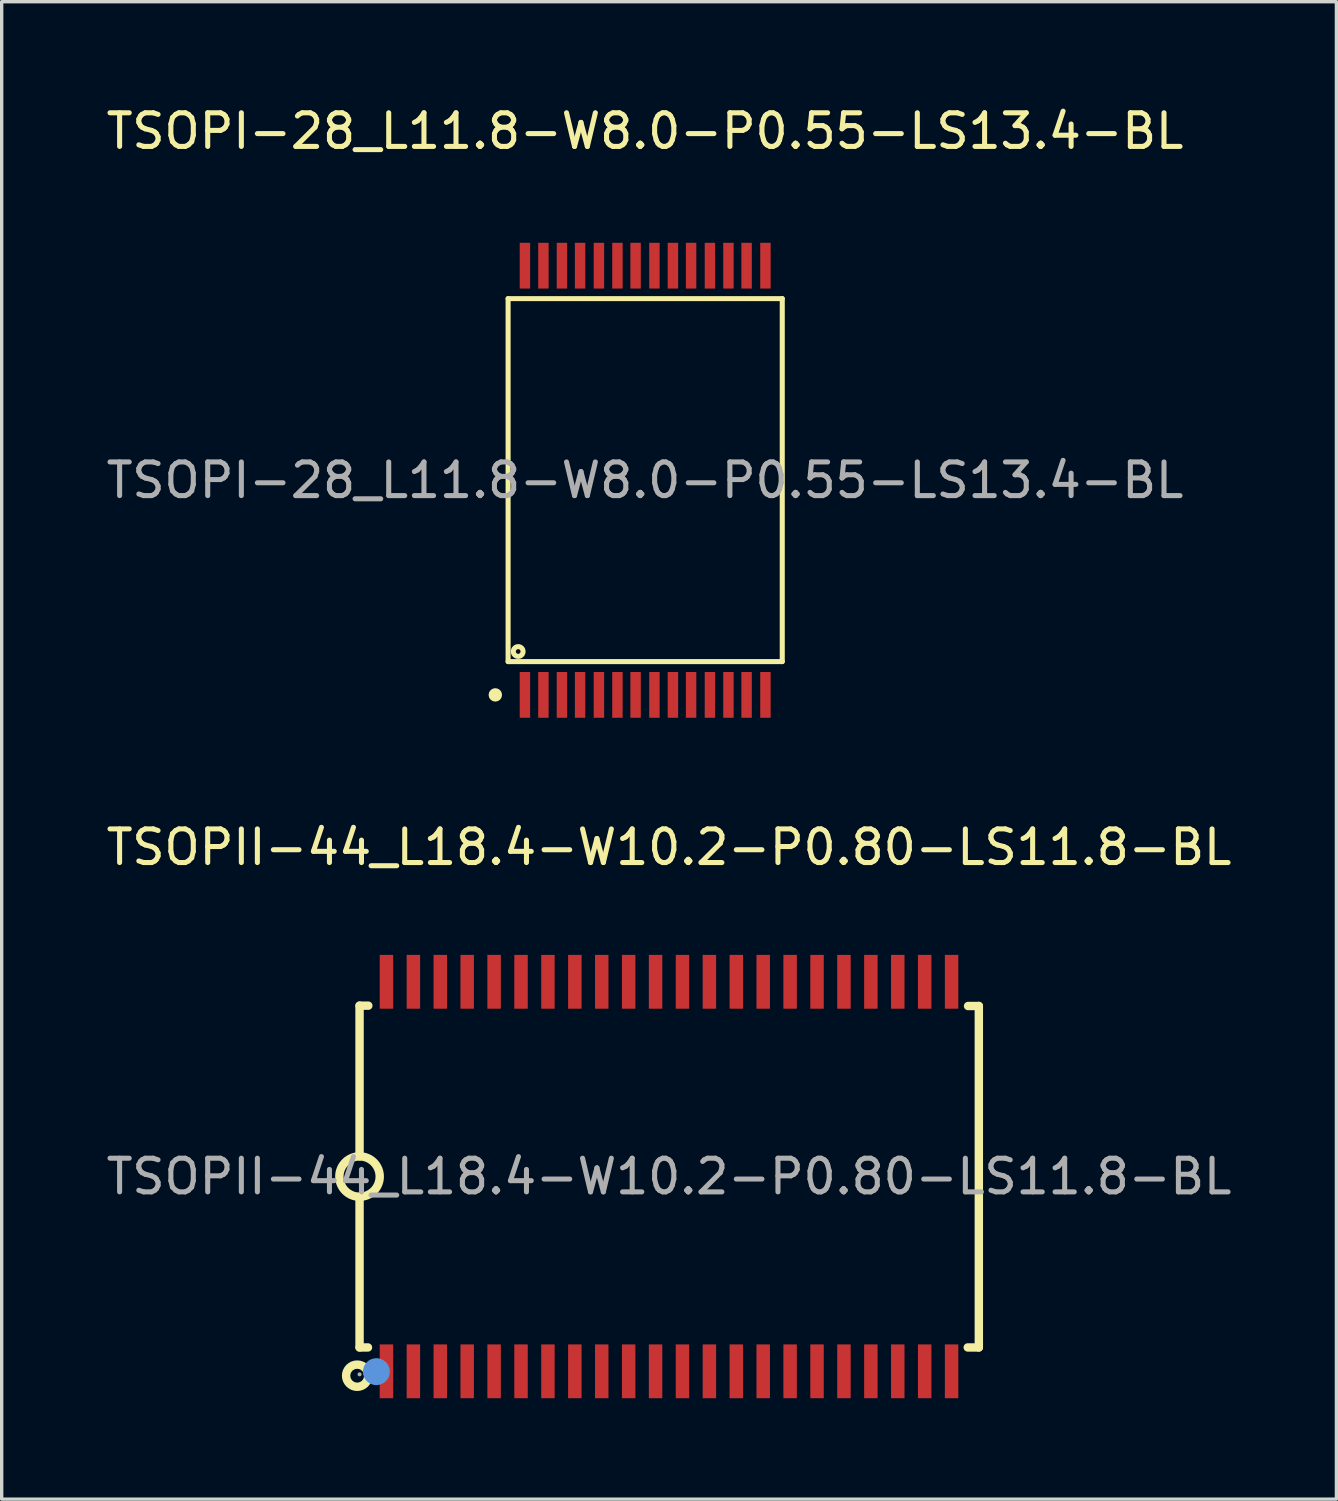
<source format=kicad_pcb>
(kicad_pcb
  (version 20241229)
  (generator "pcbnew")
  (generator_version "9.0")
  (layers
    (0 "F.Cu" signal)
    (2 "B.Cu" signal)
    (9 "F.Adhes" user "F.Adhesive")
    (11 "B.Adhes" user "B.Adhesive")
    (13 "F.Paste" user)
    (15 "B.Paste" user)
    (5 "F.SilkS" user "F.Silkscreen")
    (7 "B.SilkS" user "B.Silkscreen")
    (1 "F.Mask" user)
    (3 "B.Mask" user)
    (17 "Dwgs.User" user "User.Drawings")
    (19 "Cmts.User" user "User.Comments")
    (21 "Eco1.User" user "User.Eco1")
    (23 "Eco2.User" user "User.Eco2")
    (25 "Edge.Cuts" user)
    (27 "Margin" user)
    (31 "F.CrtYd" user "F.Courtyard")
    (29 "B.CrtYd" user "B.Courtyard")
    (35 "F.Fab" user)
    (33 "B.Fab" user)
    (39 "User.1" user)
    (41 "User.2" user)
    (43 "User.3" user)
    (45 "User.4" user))
  (footprint "TSOPII-44_L18.4-W10.2-P0.80-LS11.8-BL"
    (layer "F.Cu")
    (at 16.839 31.927)
    (property "Reference" "TSOPII-44_L18.4-W10.2-P0.80-LS11.8-BL" (at 0 -9.79 0) (layer "F.SilkS") (effects (font (size 1 1) (thickness 0.15))))
    (attr smd)
    (fp_line (start -9.2 -5.08) (end -9.2 -0.6) (stroke (width 0.25) (type solid)) (layer "F.SilkS"))
    (fp_line (start -9.2 5.08) (end -9.2 0.6) (stroke (width 0.25) (type solid)) (layer "F.SilkS"))
    (fp_line (start -8.95 5.08) (end -9.2 5.08) (stroke (width 0.25) (type solid)) (layer "F.SilkS"))
    (fp_line (start -8.94 -5.08) (end -9.2 -5.08) (stroke (width 0.25) (type solid)) (layer "F.SilkS"))
    (fp_line (start 8.89 -5.07) (end 9.21 -5.07) (stroke (width 0.25) (type solid)) (layer "F.SilkS"))
    (fp_line (start 9.21 -5.07) (end 9.21 5.08) (stroke (width 0.25) (type solid)) (layer "F.SilkS"))
    (fp_line (start 9.21 5.08) (end 8.88 5.08) (stroke (width 0.25) (type solid)) (layer "F.SilkS"))
    (fp_arc (start -9.189529 -0.599909) (mid -9.205236 0.599978) (end -9.2 -0.6) (stroke (width 0.25) (type solid)) (layer "F.SilkS"))
    (fp_circle (center -9.27 5.92) (end -8.94 5.92) (stroke (width 0.25) (type solid)) (fill no) (layer "F.SilkS"))
    (fp_circle (center -8.7 5.8) (end -8.5 5.8) (stroke (width 0.4) (type solid)) (fill no) (layer "Cmts.User"))
    (fp_circle (center -9.2 5.88) (end -9.17 5.88) (stroke (width 0.06) (type solid)) (fill no) (layer "F.Fab"))
    (fp_text user "${REFERENCE}" (at 0 0 0) (layer "F.Fab") (effects (font (size 1 1) (thickness 0.15))))
    (pad "1" smd rect (at -8.4 5.79) (size 0.4 1.6) (layers "F.Cu" "F.Mask" "F.Paste"))
    (pad "2" smd rect (at -7.6 5.79) (size 0.4 1.6) (layers "F.Cu" "F.Mask" "F.Paste"))
    (pad "3" smd rect (at -6.8 5.79) (size 0.4 1.6) (layers "F.Cu" "F.Mask" "F.Paste"))
    (pad "4" smd rect (at -6 5.79) (size 0.4 1.6) (layers "F.Cu" "F.Mask" "F.Paste"))
    (pad "5" smd rect (at -5.2 5.79) (size 0.4 1.6) (layers "F.Cu" "F.Mask" "F.Paste"))
    (pad "6" smd rect (at -4.4 5.79) (size 0.4 1.6) (layers "F.Cu" "F.Mask" "F.Paste"))
    (pad "7" smd rect (at -3.6 5.79) (size 0.4 1.6) (layers "F.Cu" "F.Mask" "F.Paste"))
    (pad "8" smd rect (at -2.8 5.79) (size 0.4 1.6) (layers "F.Cu" "F.Mask" "F.Paste"))
    (pad "9" smd rect (at -2 5.79) (size 0.4 1.6) (layers "F.Cu" "F.Mask" "F.Paste"))
    (pad "10" smd rect (at -1.2 5.79) (size 0.4 1.6) (layers "F.Cu" "F.Mask" "F.Paste"))
    (pad "11" smd rect (at -0.4 5.79) (size 0.4 1.6) (layers "F.Cu" "F.Mask" "F.Paste"))
    (pad "12" smd rect (at 0.4 5.79) (size 0.4 1.6) (layers "F.Cu" "F.Mask" "F.Paste"))
    (pad "13" smd rect (at 1.2 5.79) (size 0.4 1.6) (layers "F.Cu" "F.Mask" "F.Paste"))
    (pad "14" smd rect (at 2 5.79) (size 0.4 1.6) (layers "F.Cu" "F.Mask" "F.Paste"))
    (pad "15" smd rect (at 2.8 5.79) (size 0.4 1.6) (layers "F.Cu" "F.Mask" "F.Paste"))
    (pad "16" smd rect (at 3.6 5.79) (size 0.4 1.6) (layers "F.Cu" "F.Mask" "F.Paste"))
    (pad "17" smd rect (at 4.4 5.79) (size 0.4 1.6) (layers "F.Cu" "F.Mask" "F.Paste"))
    (pad "18" smd rect (at 5.2 5.79) (size 0.4 1.6) (layers "F.Cu" "F.Mask" "F.Paste"))
    (pad "19" smd rect (at 6 5.79) (size 0.4 1.6) (layers "F.Cu" "F.Mask" "F.Paste"))
    (pad "20" smd rect (at 6.8 5.79) (size 0.4 1.6) (layers "F.Cu" "F.Mask" "F.Paste"))
    (pad "21" smd rect (at 7.6 5.79) (size 0.4 1.6) (layers "F.Cu" "F.Mask" "F.Paste"))
    (pad "22" smd rect (at 8.4 5.79) (size 0.4 1.6) (layers "F.Cu" "F.Mask" "F.Paste"))
    (pad "23" smd rect (at 8.4 -5.79) (size 0.4 1.6) (layers "F.Cu" "F.Mask" "F.Paste"))
    (pad "24" smd rect (at 7.6 -5.79) (size 0.4 1.6) (layers "F.Cu" "F.Mask" "F.Paste"))
    (pad "25" smd rect (at 6.8 -5.79) (size 0.4 1.6) (layers "F.Cu" "F.Mask" "F.Paste"))
    (pad "26" smd rect (at 6 -5.79) (size 0.4 1.6) (layers "F.Cu" "F.Mask" "F.Paste"))
    (pad "27" smd rect (at 5.2 -5.79) (size 0.4 1.6) (layers "F.Cu" "F.Mask" "F.Paste"))
    (pad "28" smd rect (at 4.4 -5.79) (size 0.4 1.6) (layers "F.Cu" "F.Mask" "F.Paste"))
    (pad "29" smd rect (at 3.6 -5.79) (size 0.4 1.6) (layers "F.Cu" "F.Mask" "F.Paste"))
    (pad "30" smd rect (at 2.8 -5.79) (size 0.4 1.6) (layers "F.Cu" "F.Mask" "F.Paste"))
    (pad "31" smd rect (at 2 -5.79) (size 0.4 1.6) (layers "F.Cu" "F.Mask" "F.Paste"))
    (pad "32" smd rect (at 1.2 -5.79) (size 0.4 1.6) (layers "F.Cu" "F.Mask" "F.Paste"))
    (pad "33" smd rect (at 0.4 -5.79) (size 0.4 1.6) (layers "F.Cu" "F.Mask" "F.Paste"))
    (pad "34" smd rect (at -0.4 -5.79) (size 0.4 1.6) (layers "F.Cu" "F.Mask" "F.Paste"))
    (pad "35" smd rect (at -1.2 -5.79) (size 0.4 1.6) (layers "F.Cu" "F.Mask" "F.Paste"))
    (pad "36" smd rect (at -2 -5.79) (size 0.4 1.6) (layers "F.Cu" "F.Mask" "F.Paste"))
    (pad "37" smd rect (at -2.8 -5.79) (size 0.4 1.6) (layers "F.Cu" "F.Mask" "F.Paste"))
    (pad "38" smd rect (at -3.6 -5.79) (size 0.4 1.6) (layers "F.Cu" "F.Mask" "F.Paste"))
    (pad "39" smd rect (at -4.4 -5.79) (size 0.4 1.6) (layers "F.Cu" "F.Mask" "F.Paste"))
    (pad "40" smd rect (at -5.2 -5.79) (size 0.4 1.6) (layers "F.Cu" "F.Mask" "F.Paste"))
    (pad "41" smd rect (at -6 -5.79) (size 0.4 1.6) (layers "F.Cu" "F.Mask" "F.Paste"))
    (pad "42" smd rect (at -6.8 -5.79) (size 0.4 1.6) (layers "F.Cu" "F.Mask" "F.Paste"))
    (pad "43" smd rect (at -7.6 -5.79) (size 0.4 1.6) (layers "F.Cu" "F.Mask" "F.Paste"))
    (pad "44" smd rect (at -8.4 -5.79) (size 0.4 1.6) (layers "F.Cu" "F.Mask" "F.Paste")))
  (footprint "TSOPI-28_L11.8-W8.0-P0.55-LS13.4-BL"
    (layer "F.Cu")
    (at 16.125 11.228)
    (property "Reference" "TSOPI-28_L11.8-W8.0-P0.55-LS13.4-BL" (at 0 -10.38 0) (layer "F.SilkS") (effects (font (size 1 1) (thickness 0.15))))
    (attr smd)
    (fp_line (start -4.07 -5.4) (end 4.08 -5.4) (stroke (width 0.15) (type solid)) (layer "F.SilkS"))
    (fp_line (start -4.07 5.39) (end -4.07 -5.4) (stroke (width 0.15) (type solid)) (layer "F.SilkS"))
    (fp_line (start 4.08 -5.4) (end 4.08 5.39) (stroke (width 0.15) (type solid)) (layer "F.SilkS"))
    (fp_line (start 4.08 5.39) (end -4.07 5.39) (stroke (width 0.15) (type solid)) (layer "F.SilkS"))
    (fp_circle (center -4.45 6.38) (end -4.35 6.38) (stroke (width 0.2) (type solid)) (fill no) (layer "F.SilkS"))
    (fp_circle (center -3.77 5.09) (end -3.7 5.09) (stroke (width 0.15) (type solid)) (fill no) (layer "F.SilkS"))
    (fp_text user "${REFERENCE}" (at 0 0 0) (layer "F.Fab") (effects (font (size 1 1) (thickness 0.15))))
    (pad "1" smd rect (at -3.57 6.38 90) (size 1.36 0.31) (layers "F.Cu" "F.Mask" "F.Paste"))
    (pad "2" smd rect (at -3.02 6.38 90) (size 1.36 0.31) (layers "F.Cu" "F.Mask" "F.Paste"))
    (pad "3" smd rect (at -2.47 6.38 90) (size 1.36 0.31) (layers "F.Cu" "F.Mask" "F.Paste"))
    (pad "4" smd rect (at -1.93 6.38 90) (size 1.36 0.31) (layers "F.Cu" "F.Mask" "F.Paste"))
    (pad "5" smd rect (at -1.37 6.38 90) (size 1.36 0.31) (layers "F.Cu" "F.Mask" "F.Paste"))
    (pad "6" smd rect (at -0.82 6.38 90) (size 1.36 0.31) (layers "F.Cu" "F.Mask" "F.Paste"))
    (pad "7" smd rect (at -0.28 6.38 90) (size 1.36 0.31) (layers "F.Cu" "F.Mask" "F.Paste"))
    (pad "8" smd rect (at 0.28 6.38 90) (size 1.36 0.31) (layers "F.Cu" "F.Mask" "F.Paste"))
    (pad "9" smd rect (at 0.83 6.38 90) (size 1.36 0.31) (layers "F.Cu" "F.Mask" "F.Paste"))
    (pad "10" smd rect (at 1.37 6.38 90) (size 1.36 0.31) (layers "F.Cu" "F.Mask" "F.Paste"))
    (pad "11" smd rect (at 1.93 6.38 90) (size 1.36 0.31) (layers "F.Cu" "F.Mask" "F.Paste"))
    (pad "12" smd rect (at 2.48 6.38 90) (size 1.36 0.31) (layers "F.Cu" "F.Mask" "F.Paste"))
    (pad "13" smd rect (at 3.02 6.38 90) (size 1.36 0.31) (layers "F.Cu" "F.Mask" "F.Paste"))
    (pad "14" smd rect (at 3.58 6.38 90) (size 1.36 0.31) (layers "F.Cu" "F.Mask" "F.Paste"))
    (pad "15" smd rect (at 3.58 -6.38 90) (size 1.36 0.31) (layers "F.Cu" "F.Mask" "F.Paste"))
    (pad "16" smd rect (at 3.02 -6.38 90) (size 1.36 0.31) (layers "F.Cu" "F.Mask" "F.Paste"))
    (pad "17" smd rect (at 2.48 -6.38 90) (size 1.36 0.31) (layers "F.Cu" "F.Mask" "F.Paste"))
    (pad "18" smd rect (at 1.93 -6.38 90) (size 1.36 0.31) (layers "F.Cu" "F.Mask" "F.Paste"))
    (pad "19" smd rect (at 1.37 -6.38 90) (size 1.36 0.31) (layers "F.Cu" "F.Mask" "F.Paste"))
    (pad "20" smd rect (at 0.83 -6.38 90) (size 1.36 0.31) (layers "F.Cu" "F.Mask" "F.Paste"))
    (pad "21" smd rect (at 0.28 -6.38 90) (size 1.36 0.31) (layers "F.Cu" "F.Mask" "F.Paste"))
    (pad "22" smd rect (at -0.28 -6.38 90) (size 1.36 0.31) (layers "F.Cu" "F.Mask" "F.Paste"))
    (pad "23" smd rect (at -0.82 -6.38 90) (size 1.36 0.31) (layers "F.Cu" "F.Mask" "F.Paste"))
    (pad "24" smd rect (at -1.37 -6.38 90) (size 1.36 0.31) (layers "F.Cu" "F.Mask" "F.Paste"))
    (pad "25" smd rect (at -1.93 -6.38 90) (size 1.36 0.31) (layers "F.Cu" "F.Mask" "F.Paste"))
    (pad "26" smd rect (at -2.47 -6.38 90) (size 1.36 0.31) (layers "F.Cu" "F.Mask" "F.Paste"))
    (pad "27" smd rect (at -3.02 -6.38 90) (size 1.36 0.31) (layers "F.Cu" "F.Mask" "F.Paste"))
    (pad "28" smd rect (at -3.57 -6.38 90) (size 1.36 0.31) (layers "F.Cu" "F.Mask" "F.Paste")))
  (gr_rect
    (start -3 -3)
    (end 36.679 41.517)
    (stroke (width 0.1) (type default))
    (fill no)
    (layer "Edge.Cuts")))
</source>
